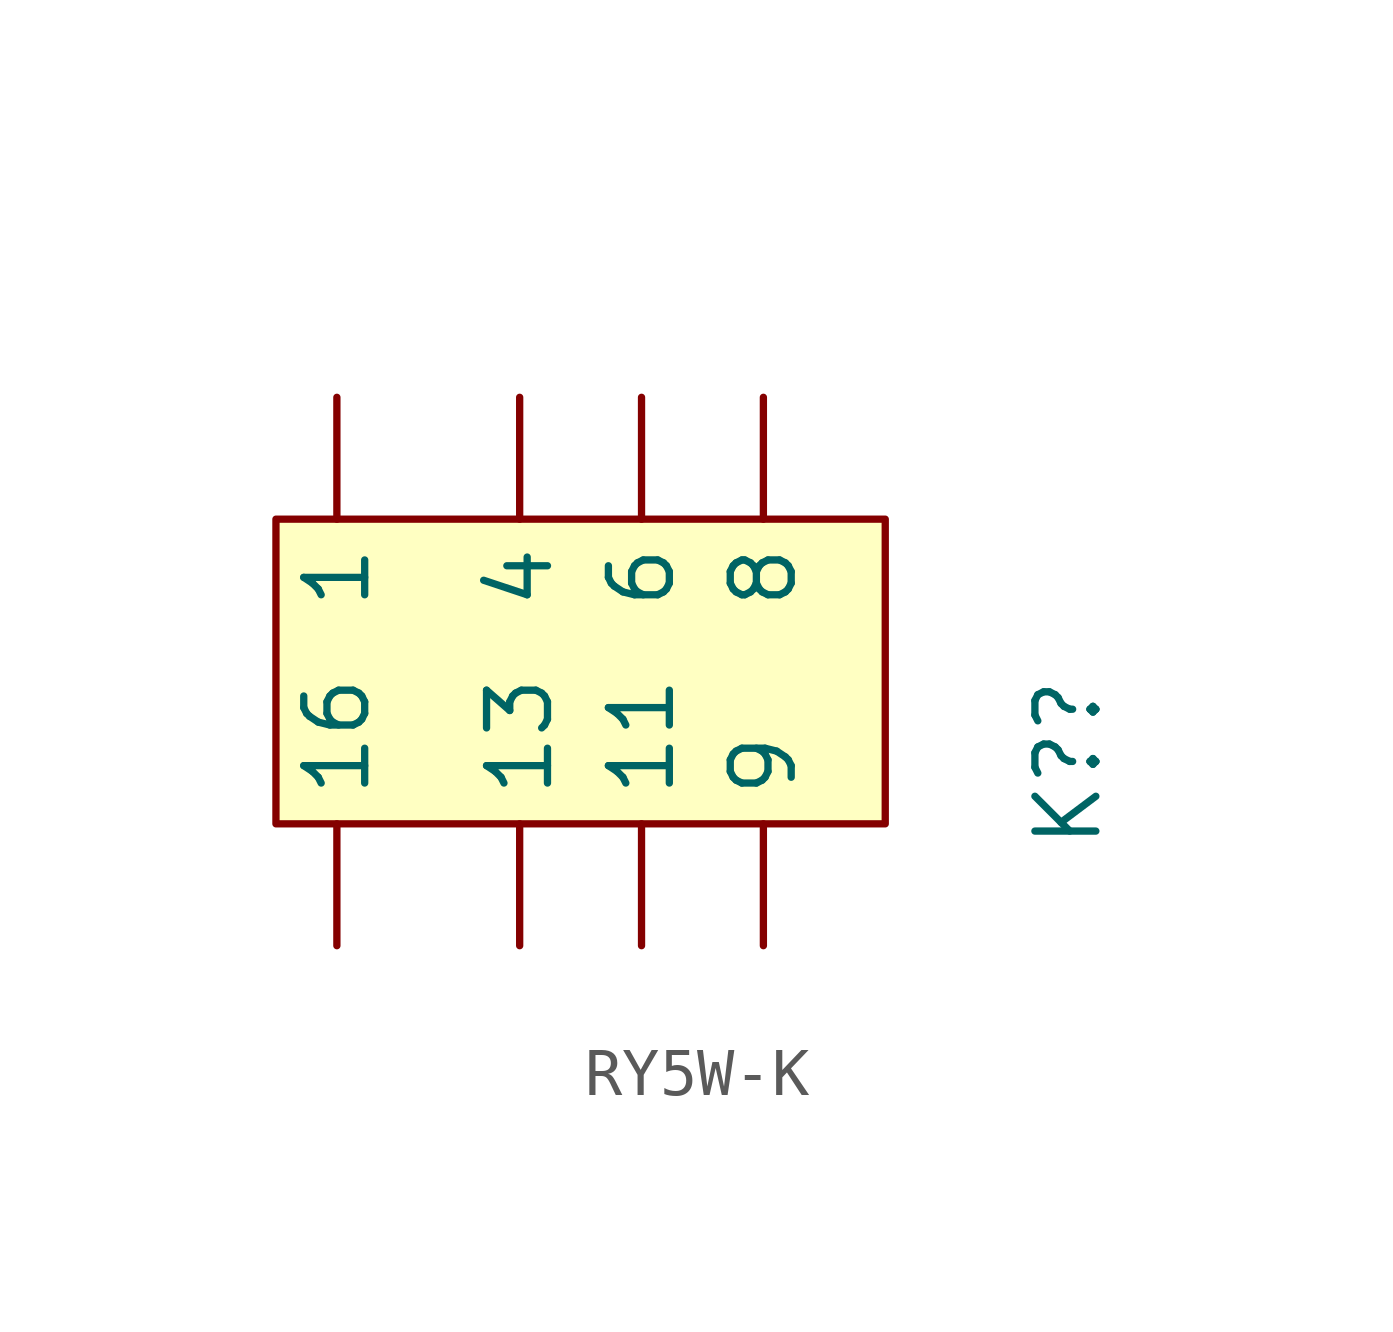
<source format=kicad_sym>
(kicad_symbol_lib
  (version 20220914)
  (generator kicad_symbol_editor)
  (symbol "RY5W-K"
    (property "Reference" "K?"
      (at 10.16 -10.16 90)
      (effects (font (size 1.27 1.27))))
    (property "Value" ""
      (at 0 0 0)
      (effects (font (size 1.27 1.27))))
    (symbol "RY5W-K_1_1"
      (rectangle (start -6.35 -5.08) (end 6.35 -11.43) (stroke (width 0) (type default)) (fill (type background)))
      (pin bidirectional line (at -5.08 -2.54 270) (length 2.54) (name "1" (effects (font (size 1.27 1.27)))) (number "" (effects (font (size 1.27 1.27)))))
      (pin bidirectional line (at 1.27 -13.97 90) (length 2.54) (name "11" (effects (font (size 1.27 1.27)))) (number "" (effects (font (size 1.27 1.27)))))
      (pin bidirectional line (at -1.27 -13.97 90) (length 2.54) (name "13" (effects (font (size 1.27 1.27)))) (number "" (effects (font (size 1.27 1.27)))))
      (pin bidirectional line (at -5.08 -13.97 90) (length 2.54) (name "16" (effects (font (size 1.27 1.27)))) (number "" (effects (font (size 1.27 1.27)))))
      (pin bidirectional line (at -1.27 -2.54 270) (length 2.54) (name "4" (effects (font (size 1.27 1.27)))) (number "" (effects (font (size 1.27 1.27)))))
      (pin bidirectional line (at 1.27 -2.54 270) (length 2.54) (name "6" (effects (font (size 1.27 1.27)))) (number "" (effects (font (size 1.27 1.27)))))
      (pin bidirectional line (at 3.81 -2.54 270) (length 2.54) (name "8" (effects (font (size 1.27 1.27)))) (number "" (effects (font (size 1.27 1.27)))))
      (pin bidirectional line (at 3.81 -13.97 90) (length 2.54) (name "9" (effects (font (size 1.27 1.27)))) (number "" (effects (font (size 1.27 1.27))))))))
</source>
